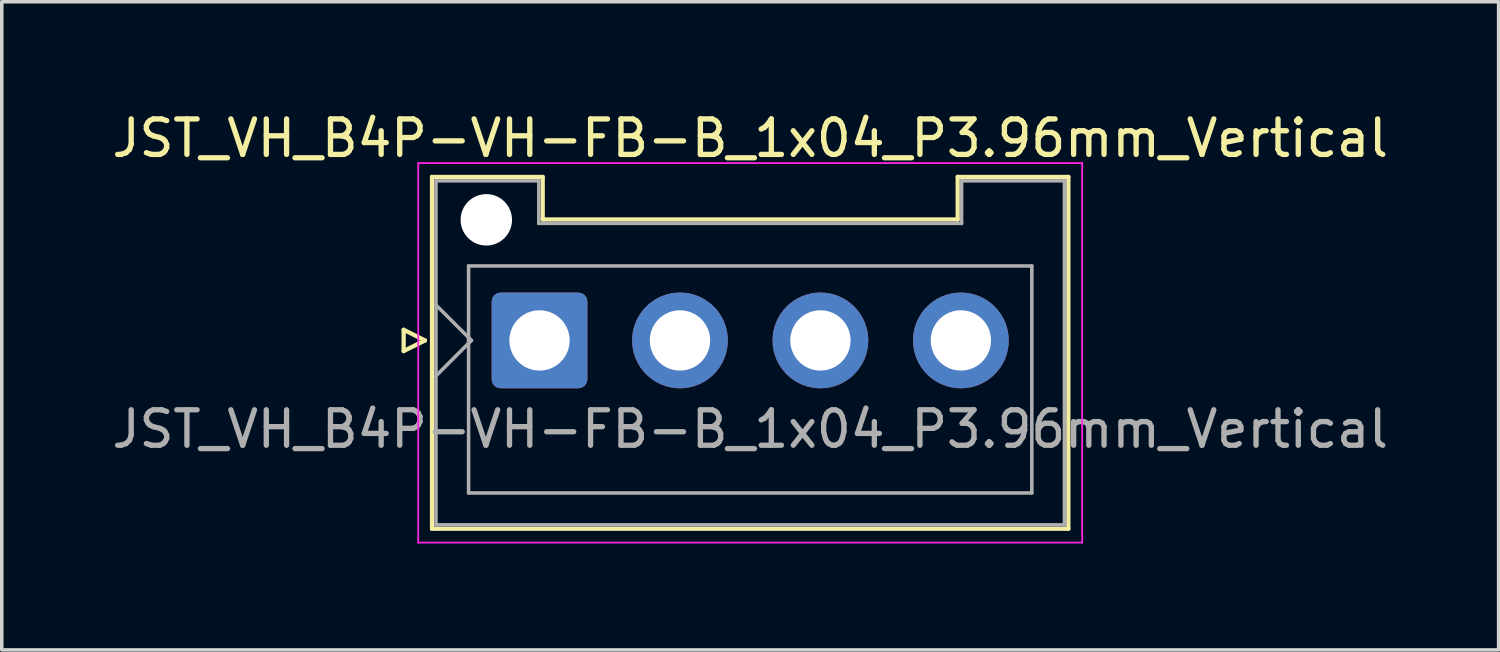
<source format=kicad_pcb>
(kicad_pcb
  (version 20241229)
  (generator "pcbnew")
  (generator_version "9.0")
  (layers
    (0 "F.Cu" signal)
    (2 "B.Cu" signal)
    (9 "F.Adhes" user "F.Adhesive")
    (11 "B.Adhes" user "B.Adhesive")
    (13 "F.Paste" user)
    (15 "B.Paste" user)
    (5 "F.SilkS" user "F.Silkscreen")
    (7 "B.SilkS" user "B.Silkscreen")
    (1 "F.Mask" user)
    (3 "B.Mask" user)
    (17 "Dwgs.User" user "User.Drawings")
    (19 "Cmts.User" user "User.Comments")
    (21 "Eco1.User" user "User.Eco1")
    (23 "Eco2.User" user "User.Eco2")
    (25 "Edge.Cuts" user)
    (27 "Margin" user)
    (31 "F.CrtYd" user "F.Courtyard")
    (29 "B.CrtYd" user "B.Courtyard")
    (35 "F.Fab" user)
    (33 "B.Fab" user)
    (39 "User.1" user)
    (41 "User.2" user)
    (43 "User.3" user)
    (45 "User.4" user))
  (footprint "JST_VH_B4P-VH-FB-B_1x04_P3.96mm_Vertical"
    (layer "F.Cu")
    (at 12.161 6.548)
    (property "Reference" "JST_VH_B4P-VH-FB-B_1x04_P3.96mm_Vertical" (at 5.94 -5.7 0) (layer "F.SilkS") (effects (font (size 1 1) (thickness 0.15))))
    (attr through_hole)
    (fp_line (start -3.83 -0.3) (end -3.23 0) (stroke (width 0.12) (type solid)) (layer "F.SilkS"))
    (fp_line (start -3.83 0.3) (end -3.83 -0.3) (stroke (width 0.12) (type solid)) (layer "F.SilkS"))
    (fp_line (start -3.23 0) (end -3.83 0.3) (stroke (width 0.12) (type solid)) (layer "F.SilkS"))
    (fp_line (start -3.03 -4.61) (end 0.09 -4.61) (stroke (width 0.12) (type solid)) (layer "F.SilkS"))
    (fp_line (start -3.03 5.31) (end -3.03 -4.61) (stroke (width 0.12) (type solid)) (layer "F.SilkS"))
    (fp_line (start 0.09 -4.61) (end 0.09 -3.41) (stroke (width 0.12) (type solid)) (layer "F.SilkS"))
    (fp_line (start 0.09 -3.41) (end 11.79 -3.41) (stroke (width 0.12) (type solid)) (layer "F.SilkS"))
    (fp_line (start 11.79 -4.61) (end 14.91 -4.61) (stroke (width 0.12) (type solid)) (layer "F.SilkS"))
    (fp_line (start 11.79 -3.41) (end 11.79 -4.61) (stroke (width 0.12) (type solid)) (layer "F.SilkS"))
    (fp_line (start 14.91 -4.61) (end 14.91 5.31) (stroke (width 0.12) (type solid)) (layer "F.SilkS"))
    (fp_line (start 14.91 5.31) (end -3.03 5.31) (stroke (width 0.12) (type solid)) (layer "F.SilkS"))
    (fp_line (start -3.42 -5) (end -3.42 5.7) (stroke (width 0.05) (type solid)) (layer "F.CrtYd"))
    (fp_line (start -3.42 5.7) (end 15.3 5.7) (stroke (width 0.05) (type solid)) (layer "F.CrtYd"))
    (fp_line (start 15.3 -5) (end -3.42 -5) (stroke (width 0.05) (type solid)) (layer "F.CrtYd"))
    (fp_line (start 15.3 5.7) (end 15.3 -5) (stroke (width 0.05) (type solid)) (layer "F.CrtYd"))
    (fp_line (start -2.92 -4.5) (end -0.02 -4.5) (stroke (width 0.1) (type solid)) (layer "F.Fab"))
    (fp_line (start -2.92 -1) (end -1.92 0) (stroke (width 0.1) (type solid)) (layer "F.Fab"))
    (fp_line (start -2.92 1) (end -1.92 0) (stroke (width 0.1) (type solid)) (layer "F.Fab"))
    (fp_line (start -2.92 5.2) (end -2.92 -4.5) (stroke (width 0.1) (type solid)) (layer "F.Fab"))
    (fp_line (start -2 -2.1) (end 13.88 -2.1) (stroke (width 0.1) (type solid)) (layer "F.Fab"))
    (fp_line (start -2 4.3) (end -2 -2.1) (stroke (width 0.1) (type solid)) (layer "F.Fab"))
    (fp_line (start -0.02 -4.5) (end -0.02 -3.3) (stroke (width 0.1) (type solid)) (layer "F.Fab"))
    (fp_line (start -0.02 -3.3) (end 11.9 -3.3) (stroke (width 0.1) (type solid)) (layer "F.Fab"))
    (fp_line (start 11.9 -4.5) (end 14.8 -4.5) (stroke (width 0.1) (type solid)) (layer "F.Fab"))
    (fp_line (start 11.9 -3.3) (end 11.9 -4.5) (stroke (width 0.1) (type solid)) (layer "F.Fab"))
    (fp_line (start 13.88 -2.1) (end 13.88 4.3) (stroke (width 0.1) (type solid)) (layer "F.Fab"))
    (fp_line (start 13.88 4.3) (end -2 4.3) (stroke (width 0.1) (type solid)) (layer "F.Fab"))
    (fp_line (start 14.8 -4.5) (end 14.8 5.2) (stroke (width 0.1) (type solid)) (layer "F.Fab"))
    (fp_line (start 14.8 5.2) (end -2.92 5.2) (stroke (width 0.1) (type solid)) (layer "F.Fab"))
    (fp_text user "${REFERENCE}" (at 5.94 2.5 0) (layer "F.Fab") (effects (font (size 1 1) (thickness 0.15))))
    (pad "" np_thru_hole circle (at -1.5 -3.4) (size 1.45 1.45) (drill 1.45) (layers "*.Cu" "*.Mask"))
    (pad "1" thru_hole roundrect (at 0 0) (size 2.7 2.7) (drill 1.7) (layers "*.Cu" "*.Mask") (roundrect_rratio 0.093))
    (pad "2" thru_hole circle (at 3.96 0) (size 2.7 2.7) (drill 1.7) (layers "*.Cu" "*.Mask"))
    (pad "3" thru_hole circle (at 7.92 0) (size 2.7 2.7) (drill 1.7) (layers "*.Cu" "*.Mask"))
    (pad "4" thru_hole circle (at 11.88 0) (size 2.7 2.7) (drill 1.7) (layers "*.Cu" "*.Mask")))
  (gr_rect
    (start -3 -3)
    (end 39.202 15.273)
    (stroke (width 0.1) (type default))
    (fill no)
    (layer "Edge.Cuts")))
</source>
